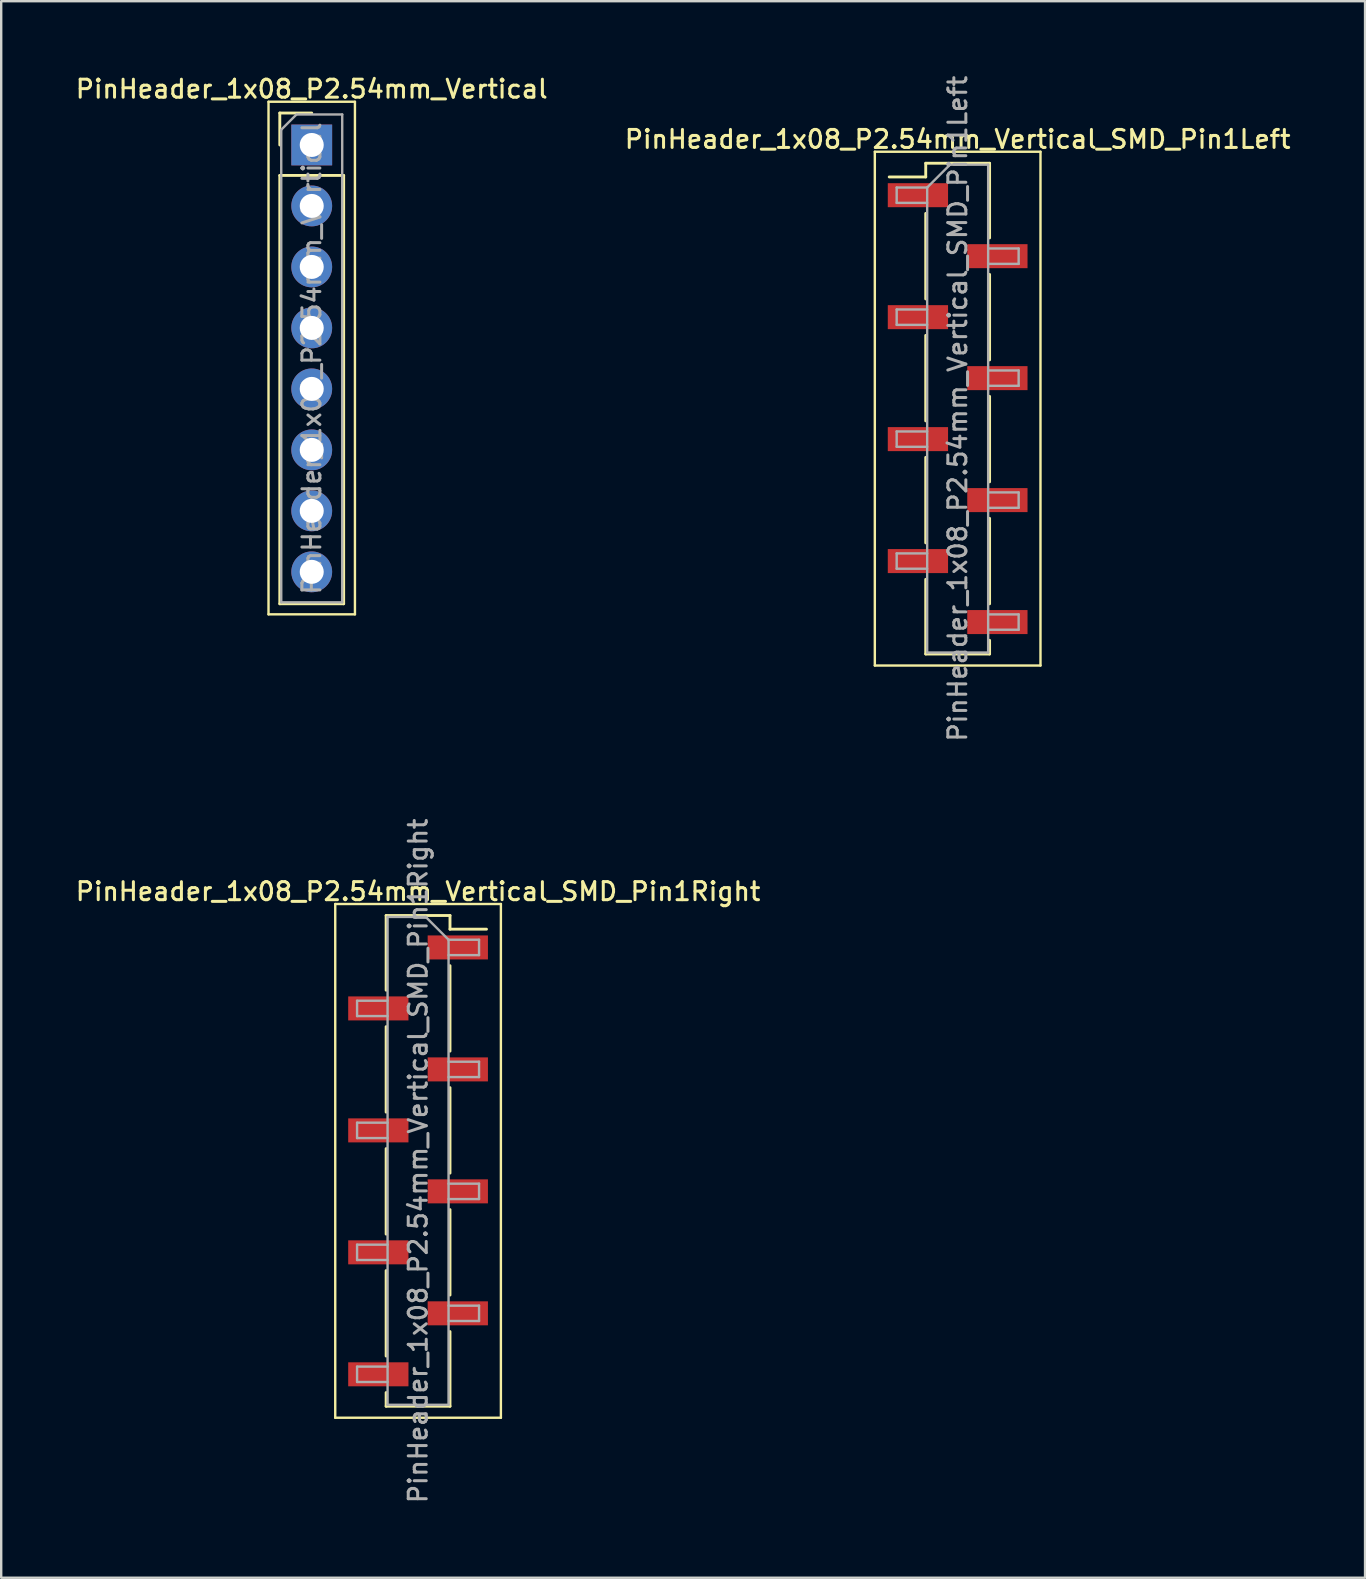
<source format=kicad_pcb>
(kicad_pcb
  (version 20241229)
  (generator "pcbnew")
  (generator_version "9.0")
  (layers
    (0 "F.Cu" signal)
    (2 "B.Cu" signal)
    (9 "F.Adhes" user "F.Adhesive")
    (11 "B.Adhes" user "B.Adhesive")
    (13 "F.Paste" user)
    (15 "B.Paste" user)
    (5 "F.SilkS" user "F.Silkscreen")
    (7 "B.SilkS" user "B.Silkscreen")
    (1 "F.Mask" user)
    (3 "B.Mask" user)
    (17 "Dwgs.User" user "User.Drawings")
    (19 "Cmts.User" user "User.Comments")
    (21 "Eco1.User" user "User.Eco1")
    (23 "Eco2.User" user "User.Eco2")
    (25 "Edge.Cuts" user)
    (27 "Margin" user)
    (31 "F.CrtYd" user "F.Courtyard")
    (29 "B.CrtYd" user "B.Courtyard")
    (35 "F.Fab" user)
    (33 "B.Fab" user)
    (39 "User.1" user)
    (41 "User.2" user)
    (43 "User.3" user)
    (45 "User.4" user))
  (footprint "PinHeader_1x08_P2.54mm_Vertical_SMD_Pin1Right"
    (layer "F.Cu")
    (at 14.363 45.302)
    (property "Reference" "PinHeader_1x08_P2.54mm_Vertical_SMD_Pin1Right" (at 0 -11.22 0) (layer "F.SilkS") (effects (font (size 0.75 0.75) (thickness 0.125))))
    (attr smd)
    (fp_line (start -3.45 -10.7) (end -3.45 10.7) (stroke (width 0.1) (type solid)) (layer "F.SilkS"))
    (fp_line (start -3.45 10.7) (end 3.45 10.7) (stroke (width 0.1) (type solid)) (layer "F.SilkS"))
    (fp_line (start -1.33 -10.22) (end -1.33 -7.11) (stroke (width 0.12) (type solid)) (layer "F.SilkS"))
    (fp_line (start -1.33 -10.22) (end 1.33 -10.22) (stroke (width 0.12) (type solid)) (layer "F.SilkS"))
    (fp_line (start -1.33 -5.59) (end -1.33 -2.03) (stroke (width 0.12) (type solid)) (layer "F.SilkS"))
    (fp_line (start -1.33 -0.51) (end -1.33 3.05) (stroke (width 0.12) (type solid)) (layer "F.SilkS"))
    (fp_line (start -1.33 4.57) (end -1.33 8.13) (stroke (width 0.12) (type solid)) (layer "F.SilkS"))
    (fp_line (start -1.33 9.65) (end -1.33 10.22) (stroke (width 0.12) (type solid)) (layer "F.SilkS"))
    (fp_line (start -1.33 10.22) (end 1.33 10.22) (stroke (width 0.12) (type solid)) (layer "F.SilkS"))
    (fp_line (start 1.33 -10.22) (end 1.33 -9.65) (stroke (width 0.12) (type solid)) (layer "F.SilkS"))
    (fp_line (start 1.33 -9.65) (end 2.85 -9.65) (stroke (width 0.12) (type solid)) (layer "F.SilkS"))
    (fp_line (start 1.33 -8.13) (end 1.33 -4.57) (stroke (width 0.12) (type solid)) (layer "F.SilkS"))
    (fp_line (start 1.33 -3.05) (end 1.33 0.51) (stroke (width 0.12) (type solid)) (layer "F.SilkS"))
    (fp_line (start 1.33 2.03) (end 1.33 5.59) (stroke (width 0.12) (type solid)) (layer "F.SilkS"))
    (fp_line (start 1.33 7.11) (end 1.33 10.22) (stroke (width 0.12) (type solid)) (layer "F.SilkS"))
    (fp_line (start 3.45 -10.7) (end -3.45 -10.7) (stroke (width 0.1) (type solid)) (layer "F.SilkS"))
    (fp_line (start 3.45 10.7) (end 3.45 -10.7) (stroke (width 0.1) (type solid)) (layer "F.SilkS"))
    (fp_line (start -2.54 -6.67) (end -2.54 -6.03) (stroke (width 0.1) (type solid)) (layer "F.Fab"))
    (fp_line (start -2.54 -6.03) (end -1.27 -6.03) (stroke (width 0.1) (type solid)) (layer "F.Fab"))
    (fp_line (start -2.54 -1.59) (end -2.54 -0.95) (stroke (width 0.1) (type solid)) (layer "F.Fab"))
    (fp_line (start -2.54 -0.95) (end -1.27 -0.95) (stroke (width 0.1) (type solid)) (layer "F.Fab"))
    (fp_line (start -2.54 3.49) (end -2.54 4.13) (stroke (width 0.1) (type solid)) (layer "F.Fab"))
    (fp_line (start -2.54 4.13) (end -1.27 4.13) (stroke (width 0.1) (type solid)) (layer "F.Fab"))
    (fp_line (start -2.54 8.57) (end -2.54 9.21) (stroke (width 0.1) (type solid)) (layer "F.Fab"))
    (fp_line (start -2.54 9.21) (end -1.27 9.21) (stroke (width 0.1) (type solid)) (layer "F.Fab"))
    (fp_line (start -1.27 -10.16) (end -1.27 10.16) (stroke (width 0.1) (type solid)) (layer "F.Fab"))
    (fp_line (start -1.27 -10.16) (end 0.32 -10.16) (stroke (width 0.1) (type solid)) (layer "F.Fab"))
    (fp_line (start -1.27 -6.67) (end -2.54 -6.67) (stroke (width 0.1) (type solid)) (layer "F.Fab"))
    (fp_line (start -1.27 -1.59) (end -2.54 -1.59) (stroke (width 0.1) (type solid)) (layer "F.Fab"))
    (fp_line (start -1.27 3.49) (end -2.54 3.49) (stroke (width 0.1) (type solid)) (layer "F.Fab"))
    (fp_line (start -1.27 8.57) (end -2.54 8.57) (stroke (width 0.1) (type solid)) (layer "F.Fab"))
    (fp_line (start 1.27 -9.21) (end 0.32 -10.16) (stroke (width 0.1) (type solid)) (layer "F.Fab"))
    (fp_line (start 1.27 -9.21) (end 2.54 -9.21) (stroke (width 0.1) (type solid)) (layer "F.Fab"))
    (fp_line (start 1.27 -4.13) (end 2.54 -4.13) (stroke (width 0.1) (type solid)) (layer "F.Fab"))
    (fp_line (start 1.27 0.95) (end 2.54 0.95) (stroke (width 0.1) (type solid)) (layer "F.Fab"))
    (fp_line (start 1.27 6.03) (end 2.54 6.03) (stroke (width 0.1) (type solid)) (layer "F.Fab"))
    (fp_line (start 1.27 10.16) (end -1.27 10.16) (stroke (width 0.1) (type solid)) (layer "F.Fab"))
    (fp_line (start 1.27 10.16) (end 1.27 -9.21) (stroke (width 0.1) (type solid)) (layer "F.Fab"))
    (fp_line (start 2.54 -9.21) (end 2.54 -8.57) (stroke (width 0.1) (type solid)) (layer "F.Fab"))
    (fp_line (start 2.54 -8.57) (end 1.27 -8.57) (stroke (width 0.1) (type solid)) (layer "F.Fab"))
    (fp_line (start 2.54 -4.13) (end 2.54 -3.49) (stroke (width 0.1) (type solid)) (layer "F.Fab"))
    (fp_line (start 2.54 -3.49) (end 1.27 -3.49) (stroke (width 0.1) (type solid)) (layer "F.Fab"))
    (fp_line (start 2.54 0.95) (end 2.54 1.59) (stroke (width 0.1) (type solid)) (layer "F.Fab"))
    (fp_line (start 2.54 1.59) (end 1.27 1.59) (stroke (width 0.1) (type solid)) (layer "F.Fab"))
    (fp_line (start 2.54 6.03) (end 2.54 6.67) (stroke (width 0.1) (type solid)) (layer "F.Fab"))
    (fp_line (start 2.54 6.67) (end 1.27 6.67) (stroke (width 0.1) (type solid)) (layer "F.Fab"))
    (fp_text user "${REFERENCE}" (at 0 0 90) (layer "F.Fab") (effects (font (size 0.75 0.75) (thickness 0.125))))
    (pad "1" smd rect (at 1.655 -8.89) (size 2.51 1) (layers "F.Cu" "F.Mask" "F.Paste"))
    (pad "2" smd rect (at -1.655 -6.35) (size 2.51 1) (layers "F.Cu" "F.Mask" "F.Paste"))
    (pad "3" smd rect (at 1.655 -3.81) (size 2.51 1) (layers "F.Cu" "F.Mask" "F.Paste"))
    (pad "4" smd rect (at -1.655 -1.27) (size 2.51 1) (layers "F.Cu" "F.Mask" "F.Paste"))
    (pad "5" smd rect (at 1.655 1.27) (size 2.51 1) (layers "F.Cu" "F.Mask" "F.Paste"))
    (pad "6" smd rect (at -1.655 3.81) (size 2.51 1) (layers "F.Cu" "F.Mask" "F.Paste"))
    (pad "7" smd rect (at 1.655 6.35) (size 2.51 1) (layers "F.Cu" "F.Mask" "F.Paste"))
    (pad "8" smd rect (at -1.655 8.89) (size 2.51 1) (layers "F.Cu" "F.Mask" "F.Paste")))
  (footprint "PinHeader_1x08_P2.54mm_Vertical_SMD_Pin1Left"
    (layer "F.Cu")
    (at 36.838 13.97)
    (property "Reference" "PinHeader_1x08_P2.54mm_Vertical_SMD_Pin1Left" (at 0 -11.22 0) (layer "F.SilkS") (effects (font (size 0.75 0.75) (thickness 0.125))))
    (attr smd)
    (fp_line (start -3.45 -10.7) (end -3.45 10.7) (stroke (width 0.1) (type solid)) (layer "F.SilkS"))
    (fp_line (start -3.45 10.7) (end 3.45 10.7) (stroke (width 0.1) (type solid)) (layer "F.SilkS"))
    (fp_line (start -1.33 -10.22) (end -1.33 -9.65) (stroke (width 0.12) (type solid)) (layer "F.SilkS"))
    (fp_line (start -1.33 -10.22) (end 1.33 -10.22) (stroke (width 0.12) (type solid)) (layer "F.SilkS"))
    (fp_line (start -1.33 -9.65) (end -2.85 -9.65) (stroke (width 0.12) (type solid)) (layer "F.SilkS"))
    (fp_line (start -1.33 -8.13) (end -1.33 -4.57) (stroke (width 0.12) (type solid)) (layer "F.SilkS"))
    (fp_line (start -1.33 -3.05) (end -1.33 0.51) (stroke (width 0.12) (type solid)) (layer "F.SilkS"))
    (fp_line (start -1.33 2.03) (end -1.33 5.59) (stroke (width 0.12) (type solid)) (layer "F.SilkS"))
    (fp_line (start -1.33 7.11) (end -1.33 10.22) (stroke (width 0.12) (type solid)) (layer "F.SilkS"))
    (fp_line (start -1.33 10.22) (end 1.33 10.22) (stroke (width 0.12) (type solid)) (layer "F.SilkS"))
    (fp_line (start 1.33 -10.22) (end 1.33 -7.11) (stroke (width 0.12) (type solid)) (layer "F.SilkS"))
    (fp_line (start 1.33 -5.59) (end 1.33 -2.03) (stroke (width 0.12) (type solid)) (layer "F.SilkS"))
    (fp_line (start 1.33 -0.51) (end 1.33 3.05) (stroke (width 0.12) (type solid)) (layer "F.SilkS"))
    (fp_line (start 1.33 4.57) (end 1.33 8.13) (stroke (width 0.12) (type solid)) (layer "F.SilkS"))
    (fp_line (start 1.33 9.65) (end 1.33 10.22) (stroke (width 0.12) (type solid)) (layer "F.SilkS"))
    (fp_line (start 3.45 -10.7) (end -3.45 -10.7) (stroke (width 0.1) (type solid)) (layer "F.SilkS"))
    (fp_line (start 3.45 10.7) (end 3.45 -10.7) (stroke (width 0.1) (type solid)) (layer "F.SilkS"))
    (fp_line (start -2.54 -9.21) (end -2.54 -8.57) (stroke (width 0.1) (type solid)) (layer "F.Fab"))
    (fp_line (start -2.54 -8.57) (end -1.27 -8.57) (stroke (width 0.1) (type solid)) (layer "F.Fab"))
    (fp_line (start -2.54 -4.13) (end -2.54 -3.49) (stroke (width 0.1) (type solid)) (layer "F.Fab"))
    (fp_line (start -2.54 -3.49) (end -1.27 -3.49) (stroke (width 0.1) (type solid)) (layer "F.Fab"))
    (fp_line (start -2.54 0.95) (end -2.54 1.59) (stroke (width 0.1) (type solid)) (layer "F.Fab"))
    (fp_line (start -2.54 1.59) (end -1.27 1.59) (stroke (width 0.1) (type solid)) (layer "F.Fab"))
    (fp_line (start -2.54 6.03) (end -2.54 6.67) (stroke (width 0.1) (type solid)) (layer "F.Fab"))
    (fp_line (start -2.54 6.67) (end -1.27 6.67) (stroke (width 0.1) (type solid)) (layer "F.Fab"))
    (fp_line (start -1.27 -9.21) (end -2.54 -9.21) (stroke (width 0.1) (type solid)) (layer "F.Fab"))
    (fp_line (start -1.27 -9.21) (end -0.32 -10.16) (stroke (width 0.1) (type solid)) (layer "F.Fab"))
    (fp_line (start -1.27 -4.13) (end -2.54 -4.13) (stroke (width 0.1) (type solid)) (layer "F.Fab"))
    (fp_line (start -1.27 0.95) (end -2.54 0.95) (stroke (width 0.1) (type solid)) (layer "F.Fab"))
    (fp_line (start -1.27 6.03) (end -2.54 6.03) (stroke (width 0.1) (type solid)) (layer "F.Fab"))
    (fp_line (start -1.27 10.16) (end -1.27 -9.21) (stroke (width 0.1) (type solid)) (layer "F.Fab"))
    (fp_line (start -0.32 -10.16) (end 1.27 -10.16) (stroke (width 0.1) (type solid)) (layer "F.Fab"))
    (fp_line (start 1.27 -10.16) (end 1.27 10.16) (stroke (width 0.1) (type solid)) (layer "F.Fab"))
    (fp_line (start 1.27 -6.67) (end 2.54 -6.67) (stroke (width 0.1) (type solid)) (layer "F.Fab"))
    (fp_line (start 1.27 -1.59) (end 2.54 -1.59) (stroke (width 0.1) (type solid)) (layer "F.Fab"))
    (fp_line (start 1.27 3.49) (end 2.54 3.49) (stroke (width 0.1) (type solid)) (layer "F.Fab"))
    (fp_line (start 1.27 8.57) (end 2.54 8.57) (stroke (width 0.1) (type solid)) (layer "F.Fab"))
    (fp_line (start 1.27 10.16) (end -1.27 10.16) (stroke (width 0.1) (type solid)) (layer "F.Fab"))
    (fp_line (start 2.54 -6.67) (end 2.54 -6.03) (stroke (width 0.1) (type solid)) (layer "F.Fab"))
    (fp_line (start 2.54 -6.03) (end 1.27 -6.03) (stroke (width 0.1) (type solid)) (layer "F.Fab"))
    (fp_line (start 2.54 -1.59) (end 2.54 -0.95) (stroke (width 0.1) (type solid)) (layer "F.Fab"))
    (fp_line (start 2.54 -0.95) (end 1.27 -0.95) (stroke (width 0.1) (type solid)) (layer "F.Fab"))
    (fp_line (start 2.54 3.49) (end 2.54 4.13) (stroke (width 0.1) (type solid)) (layer "F.Fab"))
    (fp_line (start 2.54 4.13) (end 1.27 4.13) (stroke (width 0.1) (type solid)) (layer "F.Fab"))
    (fp_line (start 2.54 8.57) (end 2.54 9.21) (stroke (width 0.1) (type solid)) (layer "F.Fab"))
    (fp_line (start 2.54 9.21) (end 1.27 9.21) (stroke (width 0.1) (type solid)) (layer "F.Fab"))
    (fp_text user "${REFERENCE}" (at 0 0 90) (layer "F.Fab") (effects (font (size 0.75 0.75) (thickness 0.125))))
    (pad "1" smd rect (at -1.655 -8.89) (size 2.51 1) (layers "F.Cu" "F.Mask" "F.Paste"))
    (pad "2" smd rect (at 1.655 -6.35) (size 2.51 1) (layers "F.Cu" "F.Mask" "F.Paste"))
    (pad "3" smd rect (at -1.655 -3.81) (size 2.51 1) (layers "F.Cu" "F.Mask" "F.Paste"))
    (pad "4" smd rect (at 1.655 -1.27) (size 2.51 1) (layers "F.Cu" "F.Mask" "F.Paste"))
    (pad "5" smd rect (at -1.655 1.27) (size 2.51 1) (layers "F.Cu" "F.Mask" "F.Paste"))
    (pad "6" smd rect (at 1.655 3.81) (size 2.51 1) (layers "F.Cu" "F.Mask" "F.Paste"))
    (pad "7" smd rect (at -1.655 6.35) (size 2.51 1) (layers "F.Cu" "F.Mask" "F.Paste"))
    (pad "8" smd rect (at 1.655 8.89) (size 2.51 1) (layers "F.Cu" "F.Mask" "F.Paste")))
  (footprint "PinHeader_1x08_P2.54mm_Vertical"
    (layer "F.Cu")
    (at 9.934 2.988)
    (property "Reference" "PinHeader_1x08_P2.54mm_Vertical" (at 0 -2.33 0) (layer "F.SilkS") (effects (font (size 0.75 0.75) (thickness 0.125))))
    (attr through_hole)
    (fp_line (start -1.8 -1.8) (end -1.8 19.55) (stroke (width 0.1) (type solid)) (layer "F.SilkS"))
    (fp_line (start -1.8 19.55) (end 1.8 19.55) (stroke (width 0.1) (type solid)) (layer "F.SilkS"))
    (fp_line (start -1.33 -1.33) (end 0 -1.33) (stroke (width 0.12) (type solid)) (layer "F.SilkS"))
    (fp_line (start -1.33 0) (end -1.33 -1.33) (stroke (width 0.12) (type solid)) (layer "F.SilkS"))
    (fp_line (start -1.33 1.27) (end -1.33 19.11) (stroke (width 0.12) (type solid)) (layer "F.SilkS"))
    (fp_line (start -1.33 1.27) (end 1.33 1.27) (stroke (width 0.12) (type solid)) (layer "F.SilkS"))
    (fp_line (start -1.33 19.11) (end 1.33 19.11) (stroke (width 0.12) (type solid)) (layer "F.SilkS"))
    (fp_line (start 1.33 1.27) (end 1.33 19.11) (stroke (width 0.12) (type solid)) (layer "F.SilkS"))
    (fp_line (start 1.8 -1.8) (end -1.8 -1.8) (stroke (width 0.1) (type solid)) (layer "F.SilkS"))
    (fp_line (start 1.8 19.55) (end 1.8 -1.8) (stroke (width 0.1) (type solid)) (layer "F.SilkS"))
    (fp_line (start -1.27 -0.635) (end -0.635 -1.27) (stroke (width 0.1) (type solid)) (layer "F.Fab"))
    (fp_line (start -1.27 19.05) (end -1.27 -0.635) (stroke (width 0.1) (type solid)) (layer "F.Fab"))
    (fp_line (start -0.635 -1.27) (end 1.27 -1.27) (stroke (width 0.1) (type solid)) (layer "F.Fab"))
    (fp_line (start 1.27 -1.27) (end 1.27 19.05) (stroke (width 0.1) (type solid)) (layer "F.Fab"))
    (fp_line (start 1.27 19.05) (end -1.27 19.05) (stroke (width 0.1) (type solid)) (layer "F.Fab"))
    (fp_text user "${REFERENCE}" (at 0 8.89 90) (layer "F.Fab") (effects (font (size 0.75 0.75) (thickness 0.125))))
    (pad "1" thru_hole rect (at 0 0) (size 1.7 1.7) (drill 1) (layers "*.Cu" "*.Mask"))
    (pad "2" thru_hole oval (at 0 2.54) (size 1.7 1.7) (drill 1) (layers "*.Cu" "*.Mask"))
    (pad "3" thru_hole oval (at 0 5.08) (size 1.7 1.7) (drill 1) (layers "*.Cu" "*.Mask"))
    (pad "4" thru_hole oval (at 0 7.62) (size 1.7 1.7) (drill 1) (layers "*.Cu" "*.Mask"))
    (pad "5" thru_hole oval (at 0 10.16) (size 1.7 1.7) (drill 1) (layers "*.Cu" "*.Mask"))
    (pad "6" thru_hole oval (at 0 12.7) (size 1.7 1.7) (drill 1) (layers "*.Cu" "*.Mask"))
    (pad "7" thru_hole oval (at 0 15.24) (size 1.7 1.7) (drill 1) (layers "*.Cu" "*.Mask"))
    (pad "8" thru_hole oval (at 0 17.78) (size 1.7 1.7) (drill 1) (layers "*.Cu" "*.Mask")))
  (gr_rect
    (start -3 -3)
    (end 53.807 62.664)
    (stroke (width 0.1) (type default))
    (fill no)
    (layer "Edge.Cuts")))
</source>
